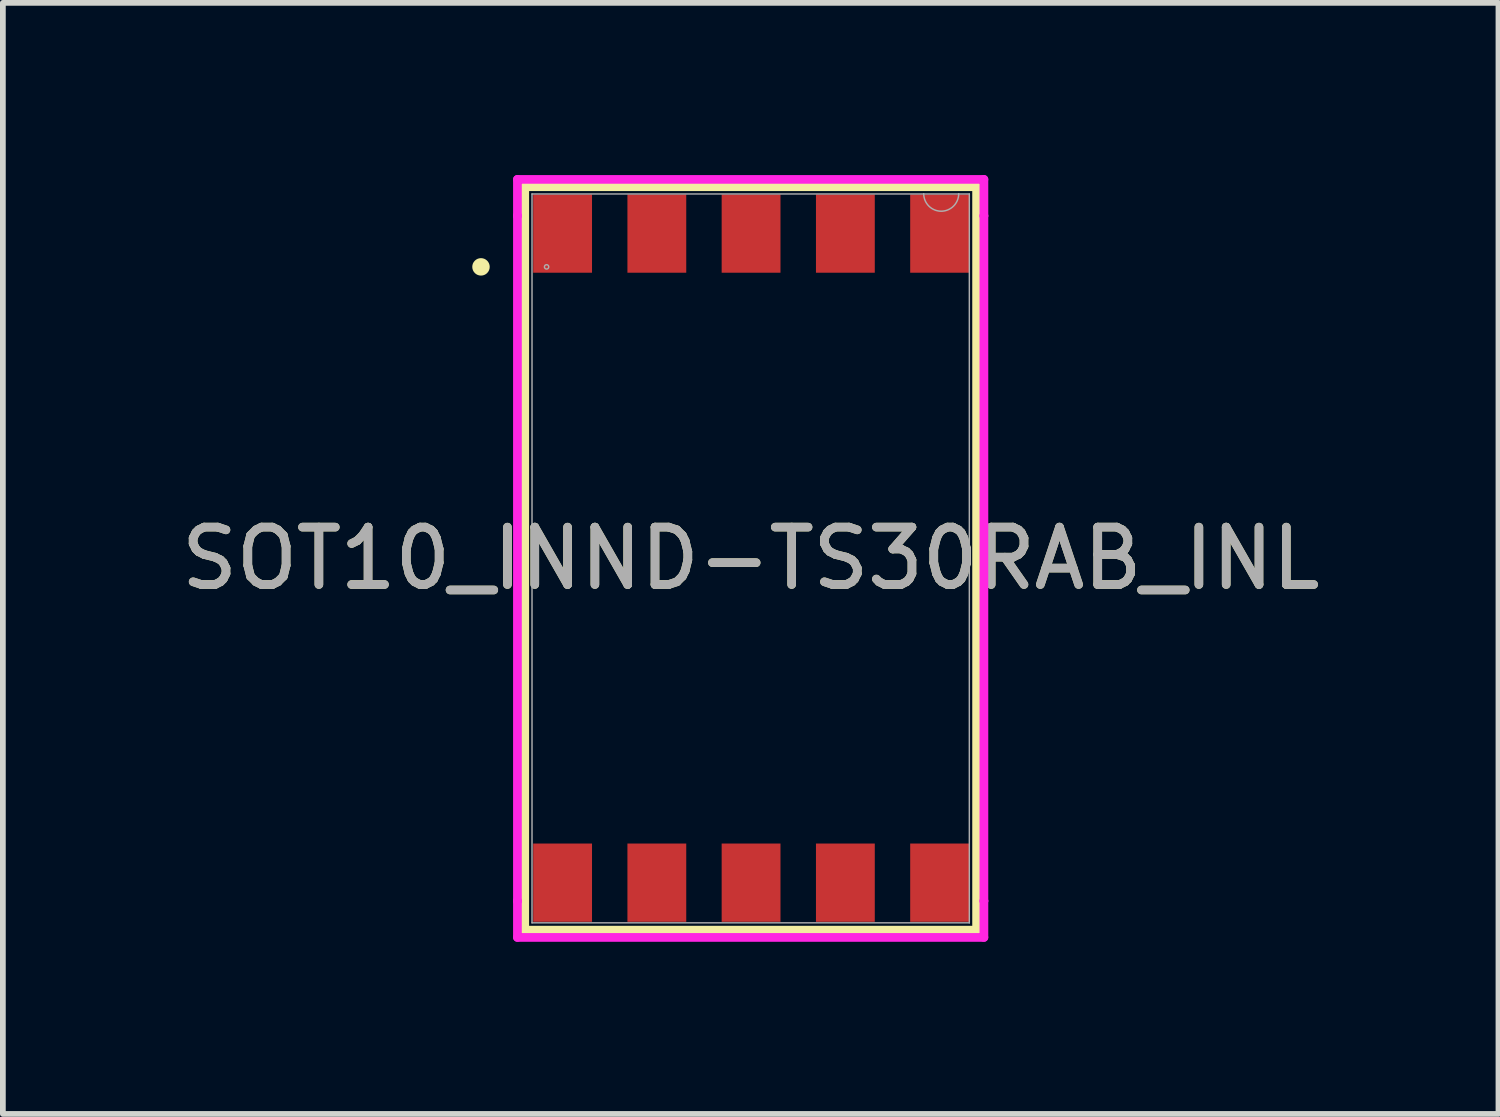
<source format=kicad_pcb>
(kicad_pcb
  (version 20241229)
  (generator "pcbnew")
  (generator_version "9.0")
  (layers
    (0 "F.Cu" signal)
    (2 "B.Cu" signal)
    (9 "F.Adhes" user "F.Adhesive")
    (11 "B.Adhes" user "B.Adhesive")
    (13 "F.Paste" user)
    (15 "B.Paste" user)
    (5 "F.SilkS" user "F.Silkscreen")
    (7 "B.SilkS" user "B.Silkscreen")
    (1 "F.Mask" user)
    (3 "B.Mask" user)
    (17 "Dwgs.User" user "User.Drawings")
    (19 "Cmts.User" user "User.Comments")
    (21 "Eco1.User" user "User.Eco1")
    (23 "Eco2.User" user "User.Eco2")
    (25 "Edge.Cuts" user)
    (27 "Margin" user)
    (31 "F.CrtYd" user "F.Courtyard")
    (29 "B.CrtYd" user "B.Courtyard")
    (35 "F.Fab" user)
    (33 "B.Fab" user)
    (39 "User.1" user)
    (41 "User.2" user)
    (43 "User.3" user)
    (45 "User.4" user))
  (footprint "SOT10_INND-TS30RAB_INL"
    (layer "F.Cu")
    (at 10.03 6.68)
    (property "Reference" "SOT10_INND-TS30RAB_INL" (at 0 0 0) (unlocked yes) (layer "F.SilkS") (effects (font (size 1 1) (thickness 0.15))))
    (attr through_hole)
    (fp_line (start -3.937 -6.477) (end -3.937 6.477) (stroke (width 0.152) (type solid)) (layer "F.SilkS"))
    (fp_line (start -3.937 6.477) (end 3.937 6.477) (stroke (width 0.152) (type solid)) (layer "F.SilkS"))
    (fp_line (start 3.937 -6.477) (end -3.937 -6.477) (stroke (width 0.152) (type solid)) (layer "F.SilkS"))
    (fp_line (start 3.937 6.477) (end 3.937 -6.477) (stroke (width 0.152) (type solid)) (layer "F.SilkS"))
    (fp_circle (center -4.699 -5.08) (end -4.623 -5.08) (stroke (width 0.152) (type solid)) (fill no) (layer "F.SilkS"))
    (fp_line (start -4.064 -6.604) (end 4.064 -6.604) (stroke (width 0.152) (type solid)) (layer "F.CrtYd"))
    (fp_line (start -4.064 -5.969) (end -4.064 -6.604) (stroke (width 0.152) (type solid)) (layer "F.CrtYd"))
    (fp_line (start -4.064 -5.969) (end -4.064 -5.969) (stroke (width 0.152) (type solid)) (layer "F.CrtYd"))
    (fp_line (start -4.064 5.969) (end -4.064 -5.969) (stroke (width 0.152) (type solid)) (layer "F.CrtYd"))
    (fp_line (start -4.064 5.969) (end -4.064 5.969) (stroke (width 0.152) (type solid)) (layer "F.CrtYd"))
    (fp_line (start -4.064 6.604) (end -4.064 5.969) (stroke (width 0.152) (type solid)) (layer "F.CrtYd"))
    (fp_line (start 4.064 -6.604) (end 4.064 -5.969) (stroke (width 0.152) (type solid)) (layer "F.CrtYd"))
    (fp_line (start 4.064 -5.969) (end 4.064 -5.969) (stroke (width 0.152) (type solid)) (layer "F.CrtYd"))
    (fp_line (start 4.064 -5.969) (end 4.064 5.969) (stroke (width 0.152) (type solid)) (layer "F.CrtYd"))
    (fp_line (start 4.064 5.969) (end 4.064 5.969) (stroke (width 0.152) (type solid)) (layer "F.CrtYd"))
    (fp_line (start 4.064 5.969) (end 4.064 6.604) (stroke (width 0.152) (type solid)) (layer "F.CrtYd"))
    (fp_line (start 4.064 6.604) (end -4.064 6.604) (stroke (width 0.152) (type solid)) (layer "F.CrtYd"))
    (fp_line (start -3.81 -6.35) (end -3.81 6.35) (stroke (width 0.025) (type solid)) (layer "F.Fab"))
    (fp_line (start -3.81 6.35) (end 3.81 6.35) (stroke (width 0.025) (type solid)) (layer "F.Fab"))
    (fp_line (start 3.81 -6.35) (end -3.81 -6.35) (stroke (width 0.025) (type solid)) (layer "F.Fab"))
    (fp_line (start 3.81 6.35) (end 3.81 -6.35) (stroke (width 0.025) (type solid)) (layer "F.Fab"))
    (fp_arc (start 3.6248 -6.3548) (mid 3.32 -6.05) (end 3.0152 -6.3548) (stroke (width 0.0254) (type solid)) (layer "F.Fab"))
    (fp_circle (center -3.556 -5.08) (end -3.518 -5.08) (stroke (width 0.025) (type solid)) (fill no) (layer "F.Fab"))
    (fp_text user "${REFERENCE}" (at 0 0 0) (unlocked yes) (layer "F.Fab") (effects (font (size 1 1) (thickness 0.15))))
    (pad "1" smd rect (at -3.277 5.65 180) (size 1.025 1.364) (layers "F.Cu" "F.Mask" "F.Paste"))
    (pad "2" smd rect (at -1.635 5.65 180) (size 1.025 1.364) (layers "F.Cu" "F.Mask" "F.Paste"))
    (pad "3" smd rect (at 0.007 5.65 180) (size 1.025 1.364) (layers "F.Cu" "F.Mask" "F.Paste"))
    (pad "4" smd rect (at 1.65 5.65 180) (size 1.025 1.364) (layers "F.Cu" "F.Mask" "F.Paste"))
    (pad "5" smd rect (at 3.292 5.65 180) (size 1.025 1.364) (layers "F.Cu" "F.Mask" "F.Paste"))
    (pad "6" smd rect (at 3.292 -5.66 180) (size 1.025 1.364) (layers "F.Cu" "F.Mask" "F.Paste"))
    (pad "7" smd rect (at 1.65 -5.66 180) (size 1.025 1.364) (layers "F.Cu" "F.Mask" "F.Paste"))
    (pad "8" smd rect (at 0.007 -5.66 180) (size 1.025 1.364) (layers "F.Cu" "F.Mask" "F.Paste"))
    (pad "9" smd rect (at -1.635 -5.66 180) (size 1.025 1.364) (layers "F.Cu" "F.Mask" "F.Paste"))
    (pad "10" smd rect (at -3.277 -5.66 180) (size 1.025 1.364) (layers "F.Cu" "F.Mask" "F.Paste")))
  (gr_rect
    (start -3 -3)
    (end 23.06 16.36)
    (stroke (width 0.1) (type default))
    (fill no)
    (layer "Edge.Cuts")))
</source>
